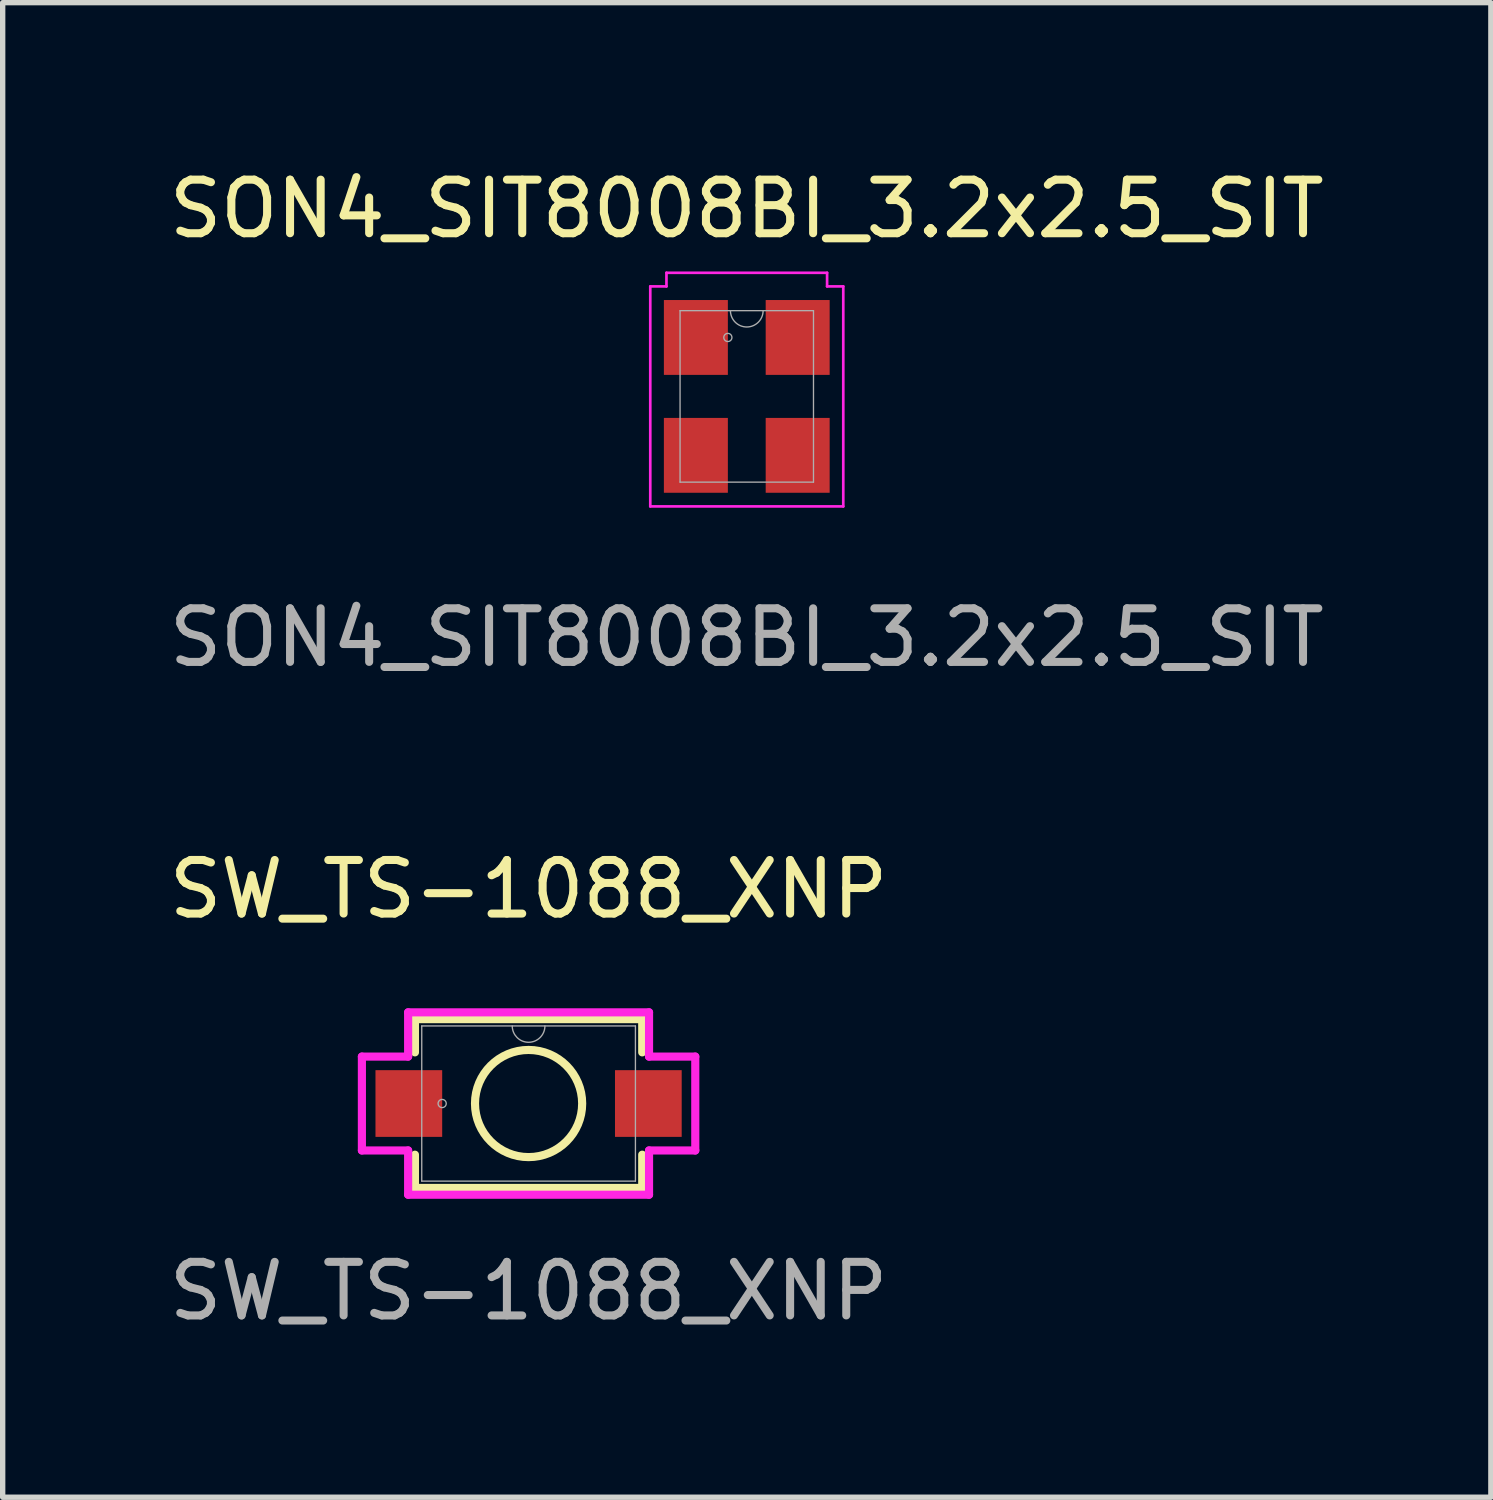
<source format=kicad_pcb>
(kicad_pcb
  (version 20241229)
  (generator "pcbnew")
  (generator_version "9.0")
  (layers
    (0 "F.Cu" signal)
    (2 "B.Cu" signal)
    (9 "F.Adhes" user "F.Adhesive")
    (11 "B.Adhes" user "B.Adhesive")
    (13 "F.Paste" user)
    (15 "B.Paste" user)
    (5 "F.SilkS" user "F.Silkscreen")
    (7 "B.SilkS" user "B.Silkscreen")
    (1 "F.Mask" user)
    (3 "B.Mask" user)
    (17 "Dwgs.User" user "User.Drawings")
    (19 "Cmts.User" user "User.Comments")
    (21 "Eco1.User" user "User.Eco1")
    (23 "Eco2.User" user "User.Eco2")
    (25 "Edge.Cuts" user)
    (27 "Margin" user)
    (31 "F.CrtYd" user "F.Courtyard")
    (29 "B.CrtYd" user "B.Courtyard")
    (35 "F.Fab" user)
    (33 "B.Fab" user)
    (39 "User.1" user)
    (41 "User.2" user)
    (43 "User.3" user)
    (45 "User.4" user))
  (footprint "SON4_SIT8008BI_3.2x2.5_SIT"
    (layer "F.Cu")
    (at 10.887 4.348)
    (property "Reference" "SON4_SIT8008BI_3.2x2.5_SIT" (at 0 -3.5 0) (unlocked yes) (layer "F.SilkS") (effects (font (size 1 1) (thickness 0.15))))
    (attr smd)
    (fp_line (start -1.801 -2.053) (end -1.499 -2.053) (stroke (width 0.05) (type solid)) (layer "F.CrtYd"))
    (fp_line (start -1.801 2.053) (end -1.801 -2.053) (stroke (width 0.05) (type solid)) (layer "F.CrtYd"))
    (fp_line (start -1.499 -2.307) (end 1.499 -2.307) (stroke (width 0.05) (type solid)) (layer "F.CrtYd"))
    (fp_line (start -1.499 -2.053) (end -1.499 -2.307) (stroke (width 0.05) (type solid)) (layer "F.CrtYd"))
    (fp_line (start 1.499 -2.307) (end 1.499 -2.053) (stroke (width 0.05) (type solid)) (layer "F.CrtYd"))
    (fp_line (start 1.801 -2.053) (end 1.499 -2.053) (stroke (width 0.05) (type solid)) (layer "F.CrtYd"))
    (fp_line (start 1.801 -2.053) (end 1.801 2.053) (stroke (width 0.05) (type solid)) (layer "F.CrtYd"))
    (fp_line (start 1.801 2.053) (end -1.801 2.053) (stroke (width 0.05) (type solid)) (layer "F.CrtYd"))
    (fp_line (start -1.245 -1.6) (end -1.245 1.6) (stroke (width 0.025) (type solid)) (layer "F.Fab"))
    (fp_line (start -1.245 1.6) (end 1.245 1.6) (stroke (width 0.025) (type solid)) (layer "F.Fab"))
    (fp_line (start 1.245 -1.6) (end -1.245 -1.6) (stroke (width 0.025) (type solid)) (layer "F.Fab"))
    (fp_line (start 1.245 1.6) (end 1.245 -1.6) (stroke (width 0.025) (type solid)) (layer "F.Fab"))
    (fp_arc (start 0.3048 -1.6002) (mid 0 -1.2954) (end -0.3048 -1.6002) (stroke (width 0.0254) (type solid)) (layer "F.Fab"))
    (fp_circle (center -0.353 -1.1) (end -0.277 -1.1) (stroke (width 0.025) (type solid)) (fill no) (layer "F.Fab"))
    (fp_text user "${REFERENCE}" (at 0 4.5 0) (unlocked yes) (layer "F.Fab") (effects (font (size 1 1) (thickness 0.15))))
    (pad "1" smd rect (at -0.95 -1.1) (size 1.194 1.397) (layers "F.Cu" "F.Mask" "F.Paste"))
    (pad "2" smd rect (at -0.95 1.1) (size 1.194 1.397) (layers "F.Cu" "F.Mask" "F.Paste"))
    (pad "3" smd rect (at 0.95 1.1) (size 1.194 1.397) (layers "F.Cu" "F.Mask" "F.Paste"))
    (pad "4" smd rect (at 0.95 -1.1) (size 1.194 1.397) (layers "F.Cu" "F.Mask" "F.Paste")))
  (footprint "SW_TS-1088_XNP"
    (layer "F.Cu")
    (at 6.815 17.545)
    (property "Reference" "SW_TS-1088_XNP" (at 0 -4 0) (unlocked yes) (layer "F.SilkS") (effects (font (size 1 1) (thickness 0.15))))
    (attr smd)
    (fp_line (start -2.121 -1.575) (end -2.121 -0.955) (stroke (width 0.152) (type solid)) (layer "F.SilkS"))
    (fp_line (start -2.121 0.955) (end -2.121 1.575) (stroke (width 0.152) (type solid)) (layer "F.SilkS"))
    (fp_line (start -2.121 1.575) (end 2.121 1.575) (stroke (width 0.152) (type solid)) (layer "F.SilkS"))
    (fp_line (start 2.121 -1.575) (end -2.121 -1.575) (stroke (width 0.152) (type solid)) (layer "F.SilkS"))
    (fp_line (start 2.121 -0.955) (end 2.121 -1.575) (stroke (width 0.152) (type solid)) (layer "F.SilkS"))
    (fp_line (start 2.121 1.575) (end 2.121 0.955) (stroke (width 0.152) (type solid)) (layer "F.SilkS"))
    (fp_circle (center 0 0) (end 0 -1) (stroke (width 0.152) (type solid)) (fill no) (layer "F.SilkS"))
    (fp_line (start -3.111 -0.876) (end -2.248 -0.876) (stroke (width 0.152) (type solid)) (layer "F.CrtYd"))
    (fp_line (start -3.111 0.876) (end -3.111 -0.876) (stroke (width 0.152) (type solid)) (layer "F.CrtYd"))
    (fp_line (start -3.111 0.876) (end -2.248 0.876) (stroke (width 0.152) (type solid)) (layer "F.CrtYd"))
    (fp_line (start -2.248 -1.702) (end 2.248 -1.702) (stroke (width 0.152) (type solid)) (layer "F.CrtYd"))
    (fp_line (start -2.248 -0.876) (end -2.248 -1.702) (stroke (width 0.152) (type solid)) (layer "F.CrtYd"))
    (fp_line (start -2.248 1.702) (end -2.248 0.876) (stroke (width 0.152) (type solid)) (layer "F.CrtYd"))
    (fp_line (start 2.248 -1.702) (end 2.248 -0.876) (stroke (width 0.152) (type solid)) (layer "F.CrtYd"))
    (fp_line (start 2.248 0.876) (end 2.248 1.702) (stroke (width 0.152) (type solid)) (layer "F.CrtYd"))
    (fp_line (start 2.248 1.702) (end -2.248 1.702) (stroke (width 0.152) (type solid)) (layer "F.CrtYd"))
    (fp_line (start 3.111 -0.876) (end 2.248 -0.876) (stroke (width 0.152) (type solid)) (layer "F.CrtYd"))
    (fp_line (start 3.111 -0.876) (end 3.111 0.876) (stroke (width 0.152) (type solid)) (layer "F.CrtYd"))
    (fp_line (start 3.111 0.876) (end 2.248 0.876) (stroke (width 0.152) (type solid)) (layer "F.CrtYd"))
    (fp_line (start -1.994 -1.448) (end -1.994 1.448) (stroke (width 0.025) (type solid)) (layer "F.Fab"))
    (fp_line (start -1.994 1.448) (end 1.994 1.448) (stroke (width 0.025) (type solid)) (layer "F.Fab"))
    (fp_line (start 1.994 -1.448) (end -1.994 -1.448) (stroke (width 0.025) (type solid)) (layer "F.Fab"))
    (fp_line (start 1.994 1.448) (end 1.994 -1.448) (stroke (width 0.025) (type solid)) (layer "F.Fab"))
    (fp_arc (start 0.3048 -1.4478) (mid 0 -1.143) (end -0.3048 -1.4478) (stroke (width 0.0254) (type solid)) (layer "F.Fab"))
    (fp_circle (center -1.613 0) (end -1.537 0) (stroke (width 0.025) (type solid)) (fill no) (layer "F.Fab"))
    (fp_text user "${REFERENCE}" (at 0 3.5 0) (unlocked yes) (layer "F.Fab") (effects (font (size 1 1) (thickness 0.15))))
    (pad "1" smd rect (at -2.235 0) (size 1.245 1.245) (layers "F.Cu" "F.Mask" "F.Paste"))
    (pad "2" smd rect (at 2.235 0) (size 1.245 1.245) (layers "F.Cu" "F.Mask" "F.Paste")))
  (gr_rect
    (start -3 -3)
    (end 24.774 24.893)
    (stroke (width 0.1) (type default))
    (fill no)
    (layer "Edge.Cuts")))
</source>
